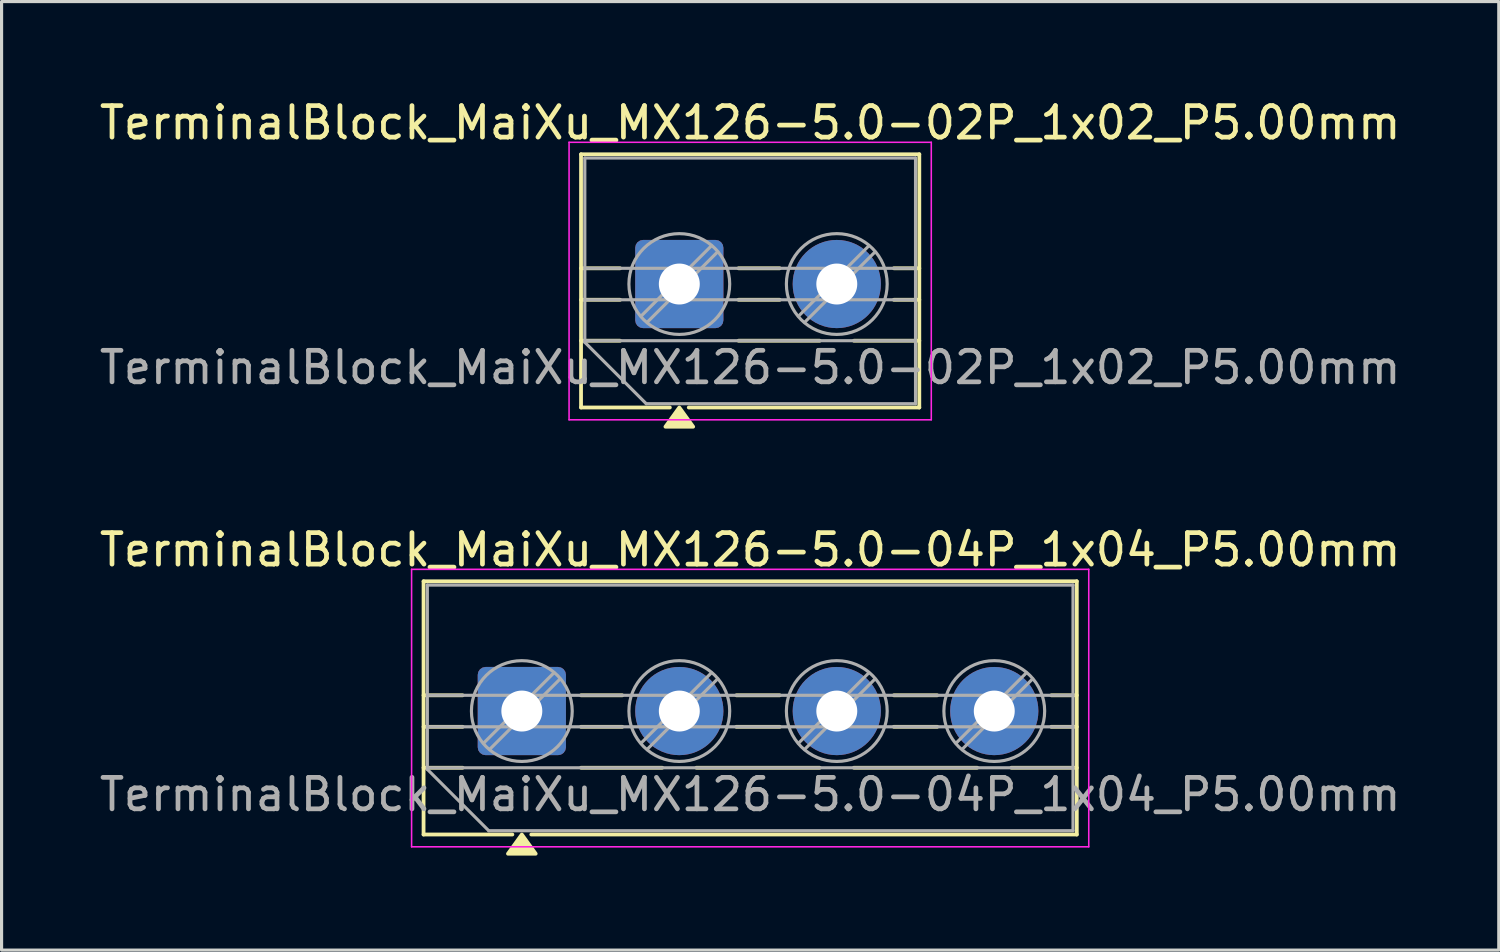
<source format=kicad_pcb>
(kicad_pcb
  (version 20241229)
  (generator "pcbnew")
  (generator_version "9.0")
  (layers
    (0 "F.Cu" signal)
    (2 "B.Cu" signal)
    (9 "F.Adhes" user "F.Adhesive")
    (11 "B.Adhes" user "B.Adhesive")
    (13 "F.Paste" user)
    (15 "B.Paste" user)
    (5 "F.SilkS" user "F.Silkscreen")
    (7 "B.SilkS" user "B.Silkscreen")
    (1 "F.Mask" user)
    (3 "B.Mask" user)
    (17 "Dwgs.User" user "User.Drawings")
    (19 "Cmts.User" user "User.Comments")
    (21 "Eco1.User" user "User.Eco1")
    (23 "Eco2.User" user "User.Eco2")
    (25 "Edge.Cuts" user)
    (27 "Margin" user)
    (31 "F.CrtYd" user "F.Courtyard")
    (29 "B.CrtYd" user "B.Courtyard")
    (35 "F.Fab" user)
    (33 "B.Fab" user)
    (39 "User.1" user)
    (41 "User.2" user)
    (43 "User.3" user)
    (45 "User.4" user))
  (footprint "TerminalBlock_MaiXu_MX126-5.0-02P_1x02_P5.00mm"
    (layer "F.Cu")
    (at 18.518 5.968)
    (property "Reference" "TerminalBlock_MaiXu_MX126-5.0-02P_1x02_P5.00mm" (at 2.25 -5.12 0) (layer "F.SilkS") (effects (font (size 1 1) (thickness 0.15))))
    (attr through_hole)
    (fp_line (start -3.12 -4.12) (end -3.12 3.92) (stroke (width 0.12) (type solid)) (layer "F.SilkS"))
    (fp_line (start -3.12 -4.12) (end 7.62 -4.12) (stroke (width 0.12) (type solid)) (layer "F.SilkS"))
    (fp_line (start -3.12 -0.5) (end -1.88 -0.5) (stroke (width 0.12) (type solid)) (layer "F.SilkS"))
    (fp_line (start -3.12 0.5) (end -1.88 0.5) (stroke (width 0.12) (type solid)) (layer "F.SilkS"))
    (fp_line (start -3.12 1.8) (end -1.88 1.8) (stroke (width 0.12) (type solid)) (layer "F.SilkS"))
    (fp_line (start -3.12 3.92) (end -0.3 3.92) (stroke (width 0.12) (type solid)) (layer "F.SilkS"))
    (fp_line (start 0.3 3.92) (end 7.62 3.92) (stroke (width 0.12) (type solid)) (layer "F.SilkS"))
    (fp_line (start 1.88 -0.5) (end 3.188 -0.5) (stroke (width 0.12) (type solid)) (layer "F.SilkS"))
    (fp_line (start 1.88 0.5) (end 3.188 0.5) (stroke (width 0.12) (type solid)) (layer "F.SilkS"))
    (fp_line (start 1.88 1.8) (end 4.457 1.8) (stroke (width 0.12) (type solid)) (layer "F.SilkS"))
    (fp_line (start 5.543 1.8) (end 7.62 1.8) (stroke (width 0.12) (type solid)) (layer "F.SilkS"))
    (fp_line (start 6.812 -0.5) (end 7.62 -0.5) (stroke (width 0.12) (type solid)) (layer "F.SilkS"))
    (fp_line (start 6.812 0.5) (end 7.62 0.5) (stroke (width 0.12) (type solid)) (layer "F.SilkS"))
    (fp_line (start 7.62 -4.12) (end 7.62 3.92) (stroke (width 0.12) (type solid)) (layer "F.SilkS"))
    (fp_poly (pts (xy 0 3.92) (xy 0.44 4.53) (xy -0.44 4.53)) (stroke (width 0.12) (type solid)) (fill yes) (layer "F.SilkS"))
    (fp_line (start -3.5 -4.5) (end -3.5 4.31) (stroke (width 0.05) (type solid)) (layer "F.CrtYd"))
    (fp_line (start -3.5 4.31) (end 8 4.31) (stroke (width 0.05) (type solid)) (layer "F.CrtYd"))
    (fp_line (start 8 -4.5) (end -3.5 -4.5) (stroke (width 0.05) (type solid)) (layer "F.CrtYd"))
    (fp_line (start 8 4.31) (end 8 -4.5) (stroke (width 0.05) (type solid)) (layer "F.CrtYd"))
    (fp_line (start -3 -4) (end 7.5 -4) (stroke (width 0.1) (type solid)) (layer "F.Fab"))
    (fp_line (start -3 -0.5) (end 7.5 -0.5) (stroke (width 0.1) (type solid)) (layer "F.Fab"))
    (fp_line (start -3 0.5) (end 7.5 0.5) (stroke (width 0.1) (type solid)) (layer "F.Fab"))
    (fp_line (start -3 1.8) (end 7.5 1.8) (stroke (width 0.1) (type solid)) (layer "F.Fab"))
    (fp_line (start -3 1.85) (end -3 -4) (stroke (width 0.1) (type solid)) (layer "F.Fab"))
    (fp_line (start -1.05 3.8) (end -3 1.85) (stroke (width 0.1) (type solid)) (layer "F.Fab"))
    (fp_line (start 1.018 -1.213) (end -1.213 1.018) (stroke (width 0.1) (type solid)) (layer "F.Fab"))
    (fp_line (start 1.213 -1.018) (end -1.018 1.213) (stroke (width 0.1) (type solid)) (layer "F.Fab"))
    (fp_line (start 6.018 -1.213) (end 3.787 1.018) (stroke (width 0.1) (type solid)) (layer "F.Fab"))
    (fp_line (start 6.213 -1.018) (end 3.982 1.213) (stroke (width 0.1) (type solid)) (layer "F.Fab"))
    (fp_line (start 7.5 -4) (end 7.5 3.8) (stroke (width 0.1) (type solid)) (layer "F.Fab"))
    (fp_line (start 7.5 3.8) (end -1.05 3.8) (stroke (width 0.1) (type solid)) (layer "F.Fab"))
    (fp_circle (center 0 0) (end 1.6 0) (stroke (width 0.1) (type solid)) (fill no) (layer "F.Fab"))
    (fp_circle (center 5 0) (end 6.6 0) (stroke (width 0.1) (type solid)) (fill no) (layer "F.Fab"))
    (fp_text user "${REFERENCE}" (at 2.25 2.65 0) (layer "F.Fab") (effects (font (size 1 1) (thickness 0.15))))
    (pad "1" thru_hole roundrect (at 0 0) (size 2.8 2.8) (drill 1.3) (layers "*.Cu" "*.Mask") (roundrect_rratio 0.089))
    (pad "2" thru_hole circle (at 5 0) (size 2.8 2.8) (drill 1.3) (layers "*.Cu" "*.Mask")))
  (footprint "TerminalBlock_MaiXu_MX126-5.0-04P_1x04_P5.00mm"
    (layer "F.Cu")
    (at 13.518 19.526)
    (property "Reference" "TerminalBlock_MaiXu_MX126-5.0-04P_1x04_P5.00mm" (at 7.25 -5.12 0) (layer "F.SilkS") (effects (font (size 1 1) (thickness 0.15))))
    (attr through_hole)
    (fp_line (start -3.12 -4.12) (end -3.12 3.92) (stroke (width 0.12) (type solid)) (layer "F.SilkS"))
    (fp_line (start -3.12 -4.12) (end 17.62 -4.12) (stroke (width 0.12) (type solid)) (layer "F.SilkS"))
    (fp_line (start -3.12 -0.5) (end -1.88 -0.5) (stroke (width 0.12) (type solid)) (layer "F.SilkS"))
    (fp_line (start -3.12 0.5) (end -1.88 0.5) (stroke (width 0.12) (type solid)) (layer "F.SilkS"))
    (fp_line (start -3.12 1.8) (end -1.88 1.8) (stroke (width 0.12) (type solid)) (layer "F.SilkS"))
    (fp_line (start -3.12 3.92) (end -0.3 3.92) (stroke (width 0.12) (type solid)) (layer "F.SilkS"))
    (fp_line (start 0.3 3.92) (end 17.62 3.92) (stroke (width 0.12) (type solid)) (layer "F.SilkS"))
    (fp_line (start 1.88 -0.5) (end 3.188 -0.5) (stroke (width 0.12) (type solid)) (layer "F.SilkS"))
    (fp_line (start 1.88 0.5) (end 3.188 0.5) (stroke (width 0.12) (type solid)) (layer "F.SilkS"))
    (fp_line (start 1.88 1.8) (end 4.457 1.8) (stroke (width 0.12) (type solid)) (layer "F.SilkS"))
    (fp_line (start 5.543 1.8) (end 9.457 1.8) (stroke (width 0.12) (type solid)) (layer "F.SilkS"))
    (fp_line (start 6.812 -0.5) (end 8.188 -0.5) (stroke (width 0.12) (type solid)) (layer "F.SilkS"))
    (fp_line (start 6.812 0.5) (end 8.188 0.5) (stroke (width 0.12) (type solid)) (layer "F.SilkS"))
    (fp_line (start 10.543 1.8) (end 14.457 1.8) (stroke (width 0.12) (type solid)) (layer "F.SilkS"))
    (fp_line (start 11.812 -0.5) (end 13.188 -0.5) (stroke (width 0.12) (type solid)) (layer "F.SilkS"))
    (fp_line (start 11.812 0.5) (end 13.188 0.5) (stroke (width 0.12) (type solid)) (layer "F.SilkS"))
    (fp_line (start 15.543 1.8) (end 17.62 1.8) (stroke (width 0.12) (type solid)) (layer "F.SilkS"))
    (fp_line (start 16.812 -0.5) (end 17.62 -0.5) (stroke (width 0.12) (type solid)) (layer "F.SilkS"))
    (fp_line (start 16.812 0.5) (end 17.62 0.5) (stroke (width 0.12) (type solid)) (layer "F.SilkS"))
    (fp_line (start 17.62 -4.12) (end 17.62 3.92) (stroke (width 0.12) (type solid)) (layer "F.SilkS"))
    (fp_poly (pts (xy 0 3.92) (xy 0.44 4.53) (xy -0.44 4.53)) (stroke (width 0.12) (type solid)) (fill yes) (layer "F.SilkS"))
    (fp_line (start -3.5 -4.5) (end -3.5 4.31) (stroke (width 0.05) (type solid)) (layer "F.CrtYd"))
    (fp_line (start -3.5 4.31) (end 18 4.31) (stroke (width 0.05) (type solid)) (layer "F.CrtYd"))
    (fp_line (start 18 -4.5) (end -3.5 -4.5) (stroke (width 0.05) (type solid)) (layer "F.CrtYd"))
    (fp_line (start 18 4.31) (end 18 -4.5) (stroke (width 0.05) (type solid)) (layer "F.CrtYd"))
    (fp_line (start -3 -4) (end 17.5 -4) (stroke (width 0.1) (type solid)) (layer "F.Fab"))
    (fp_line (start -3 -0.5) (end 17.5 -0.5) (stroke (width 0.1) (type solid)) (layer "F.Fab"))
    (fp_line (start -3 0.5) (end 17.5 0.5) (stroke (width 0.1) (type solid)) (layer "F.Fab"))
    (fp_line (start -3 1.8) (end 17.5 1.8) (stroke (width 0.1) (type solid)) (layer "F.Fab"))
    (fp_line (start -3 1.85) (end -3 -4) (stroke (width 0.1) (type solid)) (layer "F.Fab"))
    (fp_line (start -1.05 3.8) (end -3 1.85) (stroke (width 0.1) (type solid)) (layer "F.Fab"))
    (fp_line (start 1.018 -1.213) (end -1.213 1.018) (stroke (width 0.1) (type solid)) (layer "F.Fab"))
    (fp_line (start 1.213 -1.018) (end -1.018 1.213) (stroke (width 0.1) (type solid)) (layer "F.Fab"))
    (fp_line (start 6.018 -1.213) (end 3.787 1.018) (stroke (width 0.1) (type solid)) (layer "F.Fab"))
    (fp_line (start 6.213 -1.018) (end 3.982 1.213) (stroke (width 0.1) (type solid)) (layer "F.Fab"))
    (fp_line (start 11.018 -1.213) (end 8.787 1.018) (stroke (width 0.1) (type solid)) (layer "F.Fab"))
    (fp_line (start 11.213 -1.018) (end 8.982 1.213) (stroke (width 0.1) (type solid)) (layer "F.Fab"))
    (fp_line (start 16.018 -1.213) (end 13.787 1.018) (stroke (width 0.1) (type solid)) (layer "F.Fab"))
    (fp_line (start 16.213 -1.018) (end 13.982 1.213) (stroke (width 0.1) (type solid)) (layer "F.Fab"))
    (fp_line (start 17.5 -4) (end 17.5 3.8) (stroke (width 0.1) (type solid)) (layer "F.Fab"))
    (fp_line (start 17.5 3.8) (end -1.05 3.8) (stroke (width 0.1) (type solid)) (layer "F.Fab"))
    (fp_circle (center 0 0) (end 1.6 0) (stroke (width 0.1) (type solid)) (fill no) (layer "F.Fab"))
    (fp_circle (center 5 0) (end 6.6 0) (stroke (width 0.1) (type solid)) (fill no) (layer "F.Fab"))
    (fp_circle (center 10 0) (end 11.6 0) (stroke (width 0.1) (type solid)) (fill no) (layer "F.Fab"))
    (fp_circle (center 15 0) (end 16.6 0) (stroke (width 0.1) (type solid)) (fill no) (layer "F.Fab"))
    (fp_text user "${REFERENCE}" (at 7.25 2.65 0) (layer "F.Fab") (effects (font (size 1 1) (thickness 0.15))))
    (pad "1" thru_hole roundrect (at 0 0) (size 2.8 2.8) (drill 1.3) (layers "*.Cu" "*.Mask") (roundrect_rratio 0.089))
    (pad "2" thru_hole circle (at 5 0) (size 2.8 2.8) (drill 1.3) (layers "*.Cu" "*.Mask"))
    (pad "3" thru_hole circle (at 10 0) (size 2.8 2.8) (drill 1.3) (layers "*.Cu" "*.Mask"))
    (pad "4" thru_hole circle (at 15 0) (size 2.8 2.8) (drill 1.3) (layers "*.Cu" "*.Mask")))
  (gr_rect
    (start -3 -3)
    (end 44.536 27.116)
    (stroke (width 0.1) (type default))
    (fill no)
    (layer "Edge.Cuts")))
</source>
